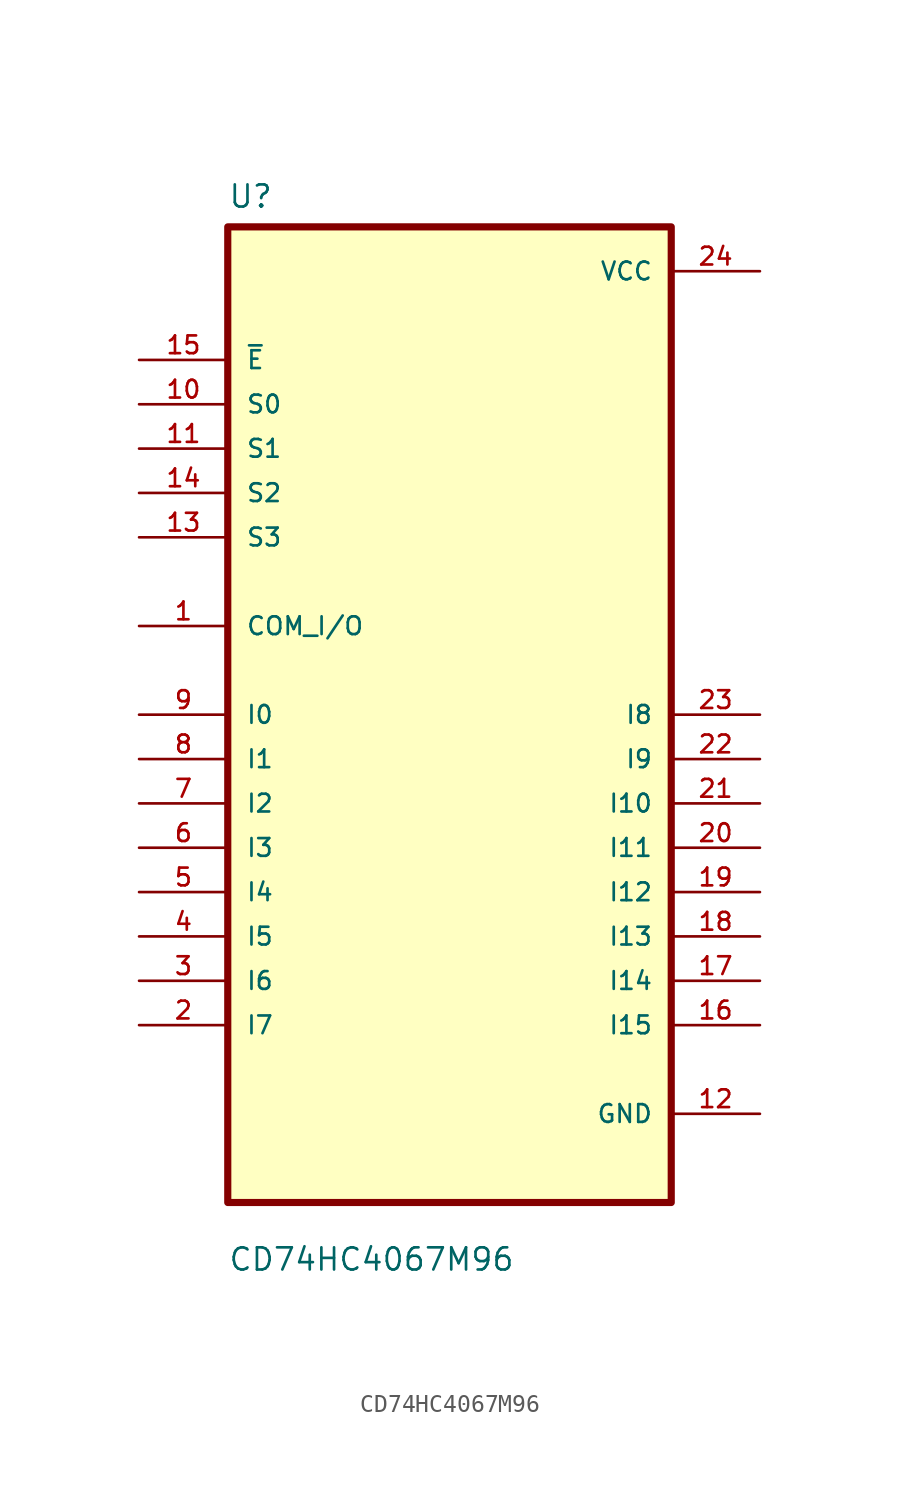
<source format=kicad_sym>
(kicad_symbol_lib
  (version 20211014)
  (generator kicad_symbol_editor)
  (symbol "CD74HC4067M96"
    (pin_names
      (offset 1.016))
    (property "Reference" "U"
      (at -12.7 28.94 0)
      (effects (font (size 1.27 1.27)) (justify left bottom)))
    (property "Value" "CD74HC4067M96"
      (at -12.7 -31.94 0)
      (effects (font (size 1.27 1.27)) (justify left bottom)))
    (symbol "CD74HC4067M96_0_0"
      (rectangle (start -12.7 -27.94) (end 12.7 27.94) (stroke (width 0.41) (type default) (color 0 0 0 0)) (fill (type background)))
      (pin bidirectional line (at -17.78 5.08 0) (length 5.08) (name "COM_I/O" (effects (font (size 1.016 1.016)))) (number "1" (effects (font (size 1.016 1.016)))))
      (pin input line (at -17.78 17.78 0) (length 5.08) (name "S0" (effects (font (size 1.016 1.016)))) (number "10" (effects (font (size 1.016 1.016)))))
      (pin input line (at -17.78 15.24 0) (length 5.08) (name "S1" (effects (font (size 1.016 1.016)))) (number "11" (effects (font (size 1.016 1.016)))))
      (pin power_in line (at 17.78 -22.86 180) (length 5.08) (name "GND" (effects (font (size 1.016 1.016)))) (number "12" (effects (font (size 1.016 1.016)))))
      (pin input line (at -17.78 10.16 0) (length 5.08) (name "S3" (effects (font (size 1.016 1.016)))) (number "13" (effects (font (size 1.016 1.016)))))
      (pin input line (at -17.78 12.7 0) (length 5.08) (name "S2" (effects (font (size 1.016 1.016)))) (number "14" (effects (font (size 1.016 1.016)))))
      (pin input line (at -17.78 20.32 0) (length 5.08) (name "~{E}" (effects (font (size 1.016 1.016)))) (number "15" (effects (font (size 1.016 1.016)))))
      (pin bidirectional line (at 17.78 -17.78 180) (length 5.08) (name "I15" (effects (font (size 1.016 1.016)))) (number "16" (effects (font (size 1.016 1.016)))))
      (pin bidirectional line (at 17.78 -15.24 180) (length 5.08) (name "I14" (effects (font (size 1.016 1.016)))) (number "17" (effects (font (size 1.016 1.016)))))
      (pin bidirectional line (at 17.78 -12.7 180) (length 5.08) (name "I13" (effects (font (size 1.016 1.016)))) (number "18" (effects (font (size 1.016 1.016)))))
      (pin bidirectional line (at 17.78 -10.16 180) (length 5.08) (name "I12" (effects (font (size 1.016 1.016)))) (number "19" (effects (font (size 1.016 1.016)))))
      (pin bidirectional line (at -17.78 -17.78 0) (length 5.08) (name "I7" (effects (font (size 1.016 1.016)))) (number "2" (effects (font (size 1.016 1.016)))))
      (pin bidirectional line (at 17.78 -7.62 180) (length 5.08) (name "I11" (effects (font (size 1.016 1.016)))) (number "20" (effects (font (size 1.016 1.016)))))
      (pin bidirectional line (at 17.78 -5.08 180) (length 5.08) (name "I10" (effects (font (size 1.016 1.016)))) (number "21" (effects (font (size 1.016 1.016)))))
      (pin bidirectional line (at 17.78 -2.54 180) (length 5.08) (name "I9" (effects (font (size 1.016 1.016)))) (number "22" (effects (font (size 1.016 1.016)))))
      (pin bidirectional line (at 17.78 0 180) (length 5.08) (name "I8" (effects (font (size 1.016 1.016)))) (number "23" (effects (font (size 1.016 1.016)))))
      (pin power_in line (at 17.78 25.4 180) (length 5.08) (name "VCC" (effects (font (size 1.016 1.016)))) (number "24" (effects (font (size 1.016 1.016)))))
      (pin bidirectional line (at -17.78 -15.24 0) (length 5.08) (name "I6" (effects (font (size 1.016 1.016)))) (number "3" (effects (font (size 1.016 1.016)))))
      (pin bidirectional line (at -17.78 -12.7 0) (length 5.08) (name "I5" (effects (font (size 1.016 1.016)))) (number "4" (effects (font (size 1.016 1.016)))))
      (pin bidirectional line (at -17.78 -10.16 0) (length 5.08) (name "I4" (effects (font (size 1.016 1.016)))) (number "5" (effects (font (size 1.016 1.016)))))
      (pin bidirectional line (at -17.78 -7.62 0) (length 5.08) (name "I3" (effects (font (size 1.016 1.016)))) (number "6" (effects (font (size 1.016 1.016)))))
      (pin bidirectional line (at -17.78 -5.08 0) (length 5.08) (name "I2" (effects (font (size 1.016 1.016)))) (number "7" (effects (font (size 1.016 1.016)))))
      (pin bidirectional line (at -17.78 -2.54 0) (length 5.08) (name "I1" (effects (font (size 1.016 1.016)))) (number "8" (effects (font (size 1.016 1.016)))))
      (pin bidirectional line (at -17.78 0 0) (length 5.08) (name "I0" (effects (font (size 1.016 1.016)))) (number "9" (effects (font (size 1.016 1.016))))))))
</source>
